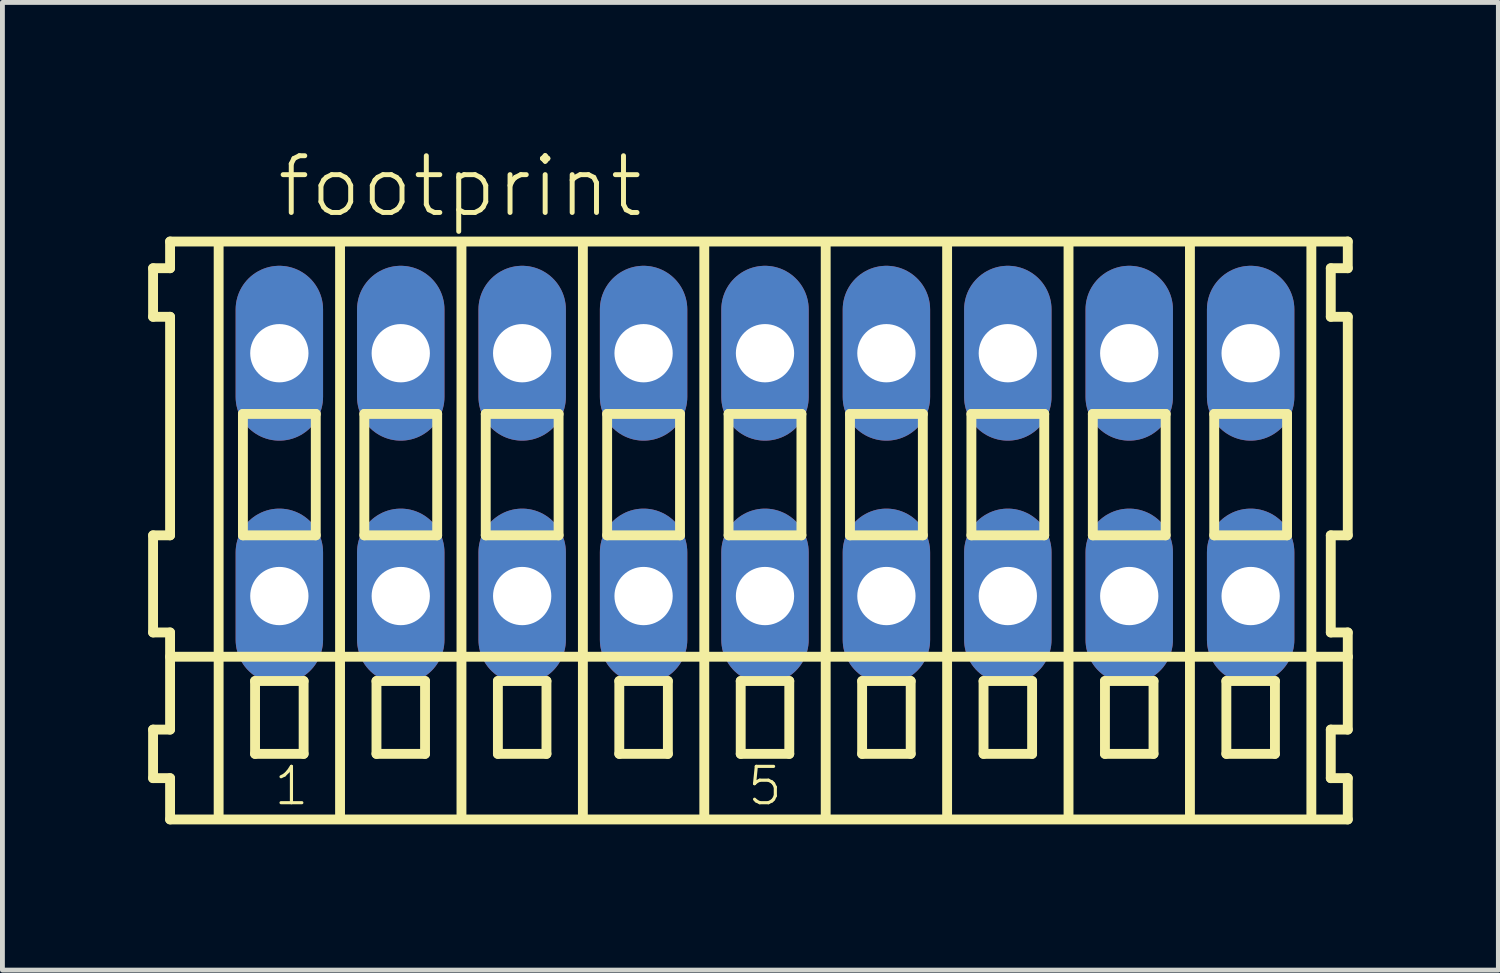
<source format=kicad_pcb>
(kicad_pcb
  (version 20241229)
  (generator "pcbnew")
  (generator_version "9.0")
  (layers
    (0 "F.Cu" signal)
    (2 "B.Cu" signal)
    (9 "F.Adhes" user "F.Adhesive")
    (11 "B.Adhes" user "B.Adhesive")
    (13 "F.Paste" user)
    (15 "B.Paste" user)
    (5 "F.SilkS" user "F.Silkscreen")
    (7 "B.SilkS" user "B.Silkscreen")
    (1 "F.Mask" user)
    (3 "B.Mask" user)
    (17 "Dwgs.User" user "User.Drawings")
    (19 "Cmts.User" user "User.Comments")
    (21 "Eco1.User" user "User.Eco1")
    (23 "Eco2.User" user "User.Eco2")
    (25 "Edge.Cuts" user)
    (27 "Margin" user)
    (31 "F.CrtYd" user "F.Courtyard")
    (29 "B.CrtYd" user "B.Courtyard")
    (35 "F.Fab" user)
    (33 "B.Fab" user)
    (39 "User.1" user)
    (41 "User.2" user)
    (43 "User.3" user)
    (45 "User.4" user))
  (footprint "footprint"
    (layer "F.Cu")
    (at 12.702 6.723)
    (property "Reference" "footprint" (at -10.1 -5.25 0) (layer "F.SilkS") (effects (font (size 1.168 1.168) (thickness 0.102)) (justify left bottom)))
    (fp_line (start -12.6 -4.25) (end -12.6 -3.25) (stroke (width 0.203) (type solid)) (layer "F.SilkS"))
    (fp_line (start -12.6 -3.25) (end -12.25 -3.25) (stroke (width 0.203) (type solid)) (layer "F.SilkS"))
    (fp_line (start -12.6 1.25) (end -12.6 3.25) (stroke (width 0.203) (type solid)) (layer "F.SilkS"))
    (fp_line (start -12.6 3.25) (end -12.25 3.25) (stroke (width 0.203) (type solid)) (layer "F.SilkS"))
    (fp_line (start -12.6 5.25) (end -12.6 6.25) (stroke (width 0.203) (type solid)) (layer "F.SilkS"))
    (fp_line (start -12.6 6.25) (end -12.25 6.25) (stroke (width 0.203) (type solid)) (layer "F.SilkS"))
    (fp_line (start -12.25 -4.8) (end -12.25 -4.25) (stroke (width 0.203) (type solid)) (layer "F.SilkS"))
    (fp_line (start -12.25 -4.25) (end -12.6 -4.25) (stroke (width 0.203) (type solid)) (layer "F.SilkS"))
    (fp_line (start -12.25 -3.25) (end -12.25 1.25) (stroke (width 0.203) (type solid)) (layer "F.SilkS"))
    (fp_line (start -12.25 1.25) (end -12.6 1.25) (stroke (width 0.203) (type solid)) (layer "F.SilkS"))
    (fp_line (start -12.25 3.25) (end -12.25 5.25) (stroke (width 0.203) (type solid)) (layer "F.SilkS"))
    (fp_line (start -12.25 3.75) (end 12 3.75) (stroke (width 0.203) (type solid)) (layer "F.SilkS"))
    (fp_line (start -12.25 5.25) (end -12.6 5.25) (stroke (width 0.203) (type solid)) (layer "F.SilkS"))
    (fp_line (start -12.25 6.25) (end -12.25 7.1) (stroke (width 0.203) (type solid)) (layer "F.SilkS"))
    (fp_line (start -12.25 7.1) (end 12 7.1) (stroke (width 0.203) (type solid)) (layer "F.SilkS"))
    (fp_line (start -11.25 -4.75) (end -11.25 7) (stroke (width 0.203) (type solid)) (layer "F.SilkS"))
    (fp_line (start -10.75 -1.25) (end -10.75 1.25) (stroke (width 0.203) (type solid)) (layer "F.SilkS"))
    (fp_line (start -10.75 1.25) (end -9.25 1.25) (stroke (width 0.203) (type solid)) (layer "F.SilkS"))
    (fp_line (start -10.5 4.25) (end -10.5 5.75) (stroke (width 0.203) (type solid)) (layer "F.SilkS"))
    (fp_line (start -10.5 5.75) (end -9.5 5.75) (stroke (width 0.203) (type solid)) (layer "F.SilkS"))
    (fp_line (start -9.5 4.25) (end -10.5 4.25) (stroke (width 0.203) (type solid)) (layer "F.SilkS"))
    (fp_line (start -9.5 5.75) (end -9.5 4.25) (stroke (width 0.203) (type solid)) (layer "F.SilkS"))
    (fp_line (start -9.25 -1.25) (end -10.75 -1.25) (stroke (width 0.203) (type solid)) (layer "F.SilkS"))
    (fp_line (start -9.25 1.25) (end -9.25 -1.25) (stroke (width 0.203) (type solid)) (layer "F.SilkS"))
    (fp_line (start -8.75 -4.75) (end -8.75 7) (stroke (width 0.203) (type solid)) (layer "F.SilkS"))
    (fp_line (start -8.25 -1.25) (end -8.25 1.25) (stroke (width 0.203) (type solid)) (layer "F.SilkS"))
    (fp_line (start -8.25 1.25) (end -6.75 1.25) (stroke (width 0.203) (type solid)) (layer "F.SilkS"))
    (fp_line (start -8 4.25) (end -8 5.75) (stroke (width 0.203) (type solid)) (layer "F.SilkS"))
    (fp_line (start -8 5.75) (end -7 5.75) (stroke (width 0.203) (type solid)) (layer "F.SilkS"))
    (fp_line (start -7 4.25) (end -8 4.25) (stroke (width 0.203) (type solid)) (layer "F.SilkS"))
    (fp_line (start -7 5.75) (end -7 4.25) (stroke (width 0.203) (type solid)) (layer "F.SilkS"))
    (fp_line (start -6.75 -1.25) (end -8.25 -1.25) (stroke (width 0.203) (type solid)) (layer "F.SilkS"))
    (fp_line (start -6.75 1.25) (end -6.75 -1.25) (stroke (width 0.203) (type solid)) (layer "F.SilkS"))
    (fp_line (start -6.25 -4.75) (end -6.25 7) (stroke (width 0.203) (type solid)) (layer "F.SilkS"))
    (fp_line (start -5.75 -1.25) (end -5.75 1.25) (stroke (width 0.203) (type solid)) (layer "F.SilkS"))
    (fp_line (start -5.75 1.25) (end -4.25 1.25) (stroke (width 0.203) (type solid)) (layer "F.SilkS"))
    (fp_line (start -5.5 4.25) (end -5.5 5.75) (stroke (width 0.203) (type solid)) (layer "F.SilkS"))
    (fp_line (start -5.5 5.75) (end -4.5 5.75) (stroke (width 0.203) (type solid)) (layer "F.SilkS"))
    (fp_line (start -4.5 4.25) (end -5.5 4.25) (stroke (width 0.203) (type solid)) (layer "F.SilkS"))
    (fp_line (start -4.5 5.75) (end -4.5 4.25) (stroke (width 0.203) (type solid)) (layer "F.SilkS"))
    (fp_line (start -4.25 -1.25) (end -5.75 -1.25) (stroke (width 0.203) (type solid)) (layer "F.SilkS"))
    (fp_line (start -4.25 1.25) (end -4.25 -1.25) (stroke (width 0.203) (type solid)) (layer "F.SilkS"))
    (fp_line (start -3.75 -4.75) (end -3.75 7) (stroke (width 0.203) (type solid)) (layer "F.SilkS"))
    (fp_line (start -3.25 -1.25) (end -3.25 1.25) (stroke (width 0.203) (type solid)) (layer "F.SilkS"))
    (fp_line (start -3.25 1.25) (end -1.75 1.25) (stroke (width 0.203) (type solid)) (layer "F.SilkS"))
    (fp_line (start -3 4.25) (end -3 5.75) (stroke (width 0.203) (type solid)) (layer "F.SilkS"))
    (fp_line (start -3 5.75) (end -2 5.75) (stroke (width 0.203) (type solid)) (layer "F.SilkS"))
    (fp_line (start -2 4.25) (end -3 4.25) (stroke (width 0.203) (type solid)) (layer "F.SilkS"))
    (fp_line (start -2 5.75) (end -2 4.25) (stroke (width 0.203) (type solid)) (layer "F.SilkS"))
    (fp_line (start -1.75 -1.25) (end -3.25 -1.25) (stroke (width 0.203) (type solid)) (layer "F.SilkS"))
    (fp_line (start -1.75 1.25) (end -1.75 -1.25) (stroke (width 0.203) (type solid)) (layer "F.SilkS"))
    (fp_line (start -1.25 -4.75) (end -1.25 7) (stroke (width 0.203) (type solid)) (layer "F.SilkS"))
    (fp_line (start -0.75 -1.25) (end -0.75 1.25) (stroke (width 0.203) (type solid)) (layer "F.SilkS"))
    (fp_line (start -0.75 1.25) (end 0.75 1.25) (stroke (width 0.203) (type solid)) (layer "F.SilkS"))
    (fp_line (start -0.5 4.25) (end -0.5 5.75) (stroke (width 0.203) (type solid)) (layer "F.SilkS"))
    (fp_line (start -0.5 5.75) (end 0.5 5.75) (stroke (width 0.203) (type solid)) (layer "F.SilkS"))
    (fp_line (start 0.5 4.25) (end -0.5 4.25) (stroke (width 0.203) (type solid)) (layer "F.SilkS"))
    (fp_line (start 0.5 5.75) (end 0.5 4.25) (stroke (width 0.203) (type solid)) (layer "F.SilkS"))
    (fp_line (start 0.75 -1.25) (end -0.75 -1.25) (stroke (width 0.203) (type solid)) (layer "F.SilkS"))
    (fp_line (start 0.75 1.25) (end 0.75 -1.25) (stroke (width 0.203) (type solid)) (layer "F.SilkS"))
    (fp_line (start 1.25 -4.75) (end 1.25 7) (stroke (width 0.203) (type solid)) (layer "F.SilkS"))
    (fp_line (start 1.75 -1.25) (end 1.75 1.25) (stroke (width 0.203) (type solid)) (layer "F.SilkS"))
    (fp_line (start 1.75 1.25) (end 3.25 1.25) (stroke (width 0.203) (type solid)) (layer "F.SilkS"))
    (fp_line (start 2 4.25) (end 2 5.75) (stroke (width 0.203) (type solid)) (layer "F.SilkS"))
    (fp_line (start 2 5.75) (end 3 5.75) (stroke (width 0.203) (type solid)) (layer "F.SilkS"))
    (fp_line (start 3 4.25) (end 2 4.25) (stroke (width 0.203) (type solid)) (layer "F.SilkS"))
    (fp_line (start 3 5.75) (end 3 4.25) (stroke (width 0.203) (type solid)) (layer "F.SilkS"))
    (fp_line (start 3.25 -1.25) (end 1.75 -1.25) (stroke (width 0.203) (type solid)) (layer "F.SilkS"))
    (fp_line (start 3.25 1.25) (end 3.25 -1.25) (stroke (width 0.203) (type solid)) (layer "F.SilkS"))
    (fp_line (start 3.75 -4.75) (end 3.75 7) (stroke (width 0.203) (type solid)) (layer "F.SilkS"))
    (fp_line (start 4.25 -1.25) (end 4.25 1.25) (stroke (width 0.203) (type solid)) (layer "F.SilkS"))
    (fp_line (start 4.25 1.25) (end 5.75 1.25) (stroke (width 0.203) (type solid)) (layer "F.SilkS"))
    (fp_line (start 4.5 4.25) (end 4.5 5.75) (stroke (width 0.203) (type solid)) (layer "F.SilkS"))
    (fp_line (start 4.5 5.75) (end 5.5 5.75) (stroke (width 0.203) (type solid)) (layer "F.SilkS"))
    (fp_line (start 5.5 4.25) (end 4.5 4.25) (stroke (width 0.203) (type solid)) (layer "F.SilkS"))
    (fp_line (start 5.5 5.75) (end 5.5 4.25) (stroke (width 0.203) (type solid)) (layer "F.SilkS"))
    (fp_line (start 5.75 -1.25) (end 4.25 -1.25) (stroke (width 0.203) (type solid)) (layer "F.SilkS"))
    (fp_line (start 5.75 1.25) (end 5.75 -1.25) (stroke (width 0.203) (type solid)) (layer "F.SilkS"))
    (fp_line (start 6.25 -4.75) (end 6.25 7) (stroke (width 0.203) (type solid)) (layer "F.SilkS"))
    (fp_line (start 6.75 -1.25) (end 6.75 1.25) (stroke (width 0.203) (type solid)) (layer "F.SilkS"))
    (fp_line (start 6.75 1.25) (end 8.25 1.25) (stroke (width 0.203) (type solid)) (layer "F.SilkS"))
    (fp_line (start 7 4.25) (end 7 5.75) (stroke (width 0.203) (type solid)) (layer "F.SilkS"))
    (fp_line (start 7 5.75) (end 8 5.75) (stroke (width 0.203) (type solid)) (layer "F.SilkS"))
    (fp_line (start 8 4.25) (end 7 4.25) (stroke (width 0.203) (type solid)) (layer "F.SilkS"))
    (fp_line (start 8 5.75) (end 8 4.25) (stroke (width 0.203) (type solid)) (layer "F.SilkS"))
    (fp_line (start 8.25 -1.25) (end 6.75 -1.25) (stroke (width 0.203) (type solid)) (layer "F.SilkS"))
    (fp_line (start 8.25 1.25) (end 8.25 -1.25) (stroke (width 0.203) (type solid)) (layer "F.SilkS"))
    (fp_line (start 8.75 -4.75) (end 8.75 7) (stroke (width 0.203) (type solid)) (layer "F.SilkS"))
    (fp_line (start 9.25 -1.25) (end 9.25 1.25) (stroke (width 0.203) (type solid)) (layer "F.SilkS"))
    (fp_line (start 9.25 1.25) (end 10.75 1.25) (stroke (width 0.203) (type solid)) (layer "F.SilkS"))
    (fp_line (start 9.5 4.25) (end 9.5 5.75) (stroke (width 0.203) (type solid)) (layer "F.SilkS"))
    (fp_line (start 9.5 5.75) (end 10.5 5.75) (stroke (width 0.203) (type solid)) (layer "F.SilkS"))
    (fp_line (start 10.5 4.25) (end 9.5 4.25) (stroke (width 0.203) (type solid)) (layer "F.SilkS"))
    (fp_line (start 10.5 5.75) (end 10.5 4.25) (stroke (width 0.203) (type solid)) (layer "F.SilkS"))
    (fp_line (start 10.75 -1.25) (end 9.25 -1.25) (stroke (width 0.203) (type solid)) (layer "F.SilkS"))
    (fp_line (start 10.75 1.25) (end 10.75 -1.25) (stroke (width 0.203) (type solid)) (layer "F.SilkS"))
    (fp_line (start 11.25 -4.75) (end 11.25 7) (stroke (width 0.203) (type solid)) (layer "F.SilkS"))
    (fp_line (start 11.65 -4.25) (end 11.65 -3.25) (stroke (width 0.203) (type solid)) (layer "F.SilkS"))
    (fp_line (start 11.65 -3.25) (end 12 -3.25) (stroke (width 0.203) (type solid)) (layer "F.SilkS"))
    (fp_line (start 11.65 1.25) (end 11.65 3.25) (stroke (width 0.203) (type solid)) (layer "F.SilkS"))
    (fp_line (start 11.65 3.25) (end 12 3.25) (stroke (width 0.203) (type solid)) (layer "F.SilkS"))
    (fp_line (start 11.65 5.25) (end 11.65 6.25) (stroke (width 0.203) (type solid)) (layer "F.SilkS"))
    (fp_line (start 11.65 6.25) (end 12 6.25) (stroke (width 0.203) (type solid)) (layer "F.SilkS"))
    (fp_line (start 12 -4.8) (end -12.25 -4.8) (stroke (width 0.203) (type solid)) (layer "F.SilkS"))
    (fp_line (start 12 -4.25) (end 11.65 -4.25) (stroke (width 0.203) (type solid)) (layer "F.SilkS"))
    (fp_line (start 12 -4.25) (end 12 -4.8) (stroke (width 0.203) (type solid)) (layer "F.SilkS"))
    (fp_line (start 12 1.25) (end 11.65 1.25) (stroke (width 0.203) (type solid)) (layer "F.SilkS"))
    (fp_line (start 12 1.25) (end 12 -3.25) (stroke (width 0.203) (type solid)) (layer "F.SilkS"))
    (fp_line (start 12 3.75) (end 12 3.25) (stroke (width 0.203) (type solid)) (layer "F.SilkS"))
    (fp_line (start 12 5.25) (end 11.65 5.25) (stroke (width 0.203) (type solid)) (layer "F.SilkS"))
    (fp_line (start 12 5.25) (end 12 3.75) (stroke (width 0.203) (type solid)) (layer "F.SilkS"))
    (fp_line (start 12 7.1) (end 12 6.25) (stroke (width 0.203) (type solid)) (layer "F.SilkS"))
    (fp_text user "5" (at -0.4 6.85 0) (layer "F.SilkS") (effects (font (size 0.748 0.748) (thickness 0.065)) (justify left bottom)))
    (fp_text user "1" (at -10.15 6.85 0) (layer "F.SilkS") (effects (font (size 0.748 0.748) (thickness 0.065)) (justify left bottom)))
    (pad "A1" thru_hole oval (at -10 -2.5 90) (size 3.6 1.8) (drill 1.2) (layers "*.Cu" "*.Mask"))
    (pad "A2" thru_hole oval (at -7.5 -2.5 90) (size 3.6 1.8) (drill 1.2) (layers "*.Cu" "*.Mask"))
    (pad "A3" thru_hole oval (at -5 -2.5 90) (size 3.6 1.8) (drill 1.2) (layers "*.Cu" "*.Mask"))
    (pad "A4" thru_hole oval (at -2.5 -2.5 90) (size 3.6 1.8) (drill 1.2) (layers "*.Cu" "*.Mask"))
    (pad "A5" thru_hole oval (at 0 -2.5 90) (size 3.6 1.8) (drill 1.2) (layers "*.Cu" "*.Mask"))
    (pad "A6" thru_hole oval (at 2.5 -2.5 90) (size 3.6 1.8) (drill 1.2) (layers "*.Cu" "*.Mask"))
    (pad "A7" thru_hole oval (at 5 -2.5 90) (size 3.6 1.8) (drill 1.2) (layers "*.Cu" "*.Mask"))
    (pad "A8" thru_hole oval (at 7.5 -2.5 90) (size 3.6 1.8) (drill 1.2) (layers "*.Cu" "*.Mask"))
    (pad "A9" thru_hole oval (at 10 -2.5 90) (size 3.6 1.8) (drill 1.2) (layers "*.Cu" "*.Mask"))
    (pad "B1" thru_hole oval (at -10 2.5 90) (size 3.6 1.8) (drill 1.2) (layers "*.Cu" "*.Mask"))
    (pad "B2" thru_hole oval (at -7.5 2.5 90) (size 3.6 1.8) (drill 1.2) (layers "*.Cu" "*.Mask"))
    (pad "B3" thru_hole oval (at -5 2.5 90) (size 3.6 1.8) (drill 1.2) (layers "*.Cu" "*.Mask"))
    (pad "B4" thru_hole oval (at -2.5 2.5 90) (size 3.6 1.8) (drill 1.2) (layers "*.Cu" "*.Mask"))
    (pad "B5" thru_hole oval (at 0 2.5 90) (size 3.6 1.8) (drill 1.2) (layers "*.Cu" "*.Mask"))
    (pad "B6" thru_hole oval (at 2.5 2.5 90) (size 3.6 1.8) (drill 1.2) (layers "*.Cu" "*.Mask"))
    (pad "B7" thru_hole oval (at 5 2.5 90) (size 3.6 1.8) (drill 1.2) (layers "*.Cu" "*.Mask"))
    (pad "B8" thru_hole oval (at 7.5 2.5 90) (size 3.6 1.8) (drill 1.2) (layers "*.Cu" "*.Mask"))
    (pad "B9" thru_hole oval (at 10 2.5 90) (size 3.6 1.8) (drill 1.2) (layers "*.Cu" "*.Mask")))
  (gr_rect
    (start -3 -3)
    (end 27.803 16.925)
    (stroke (width 0.1) (type default))
    (fill no)
    (layer "Edge.Cuts")))
</source>
